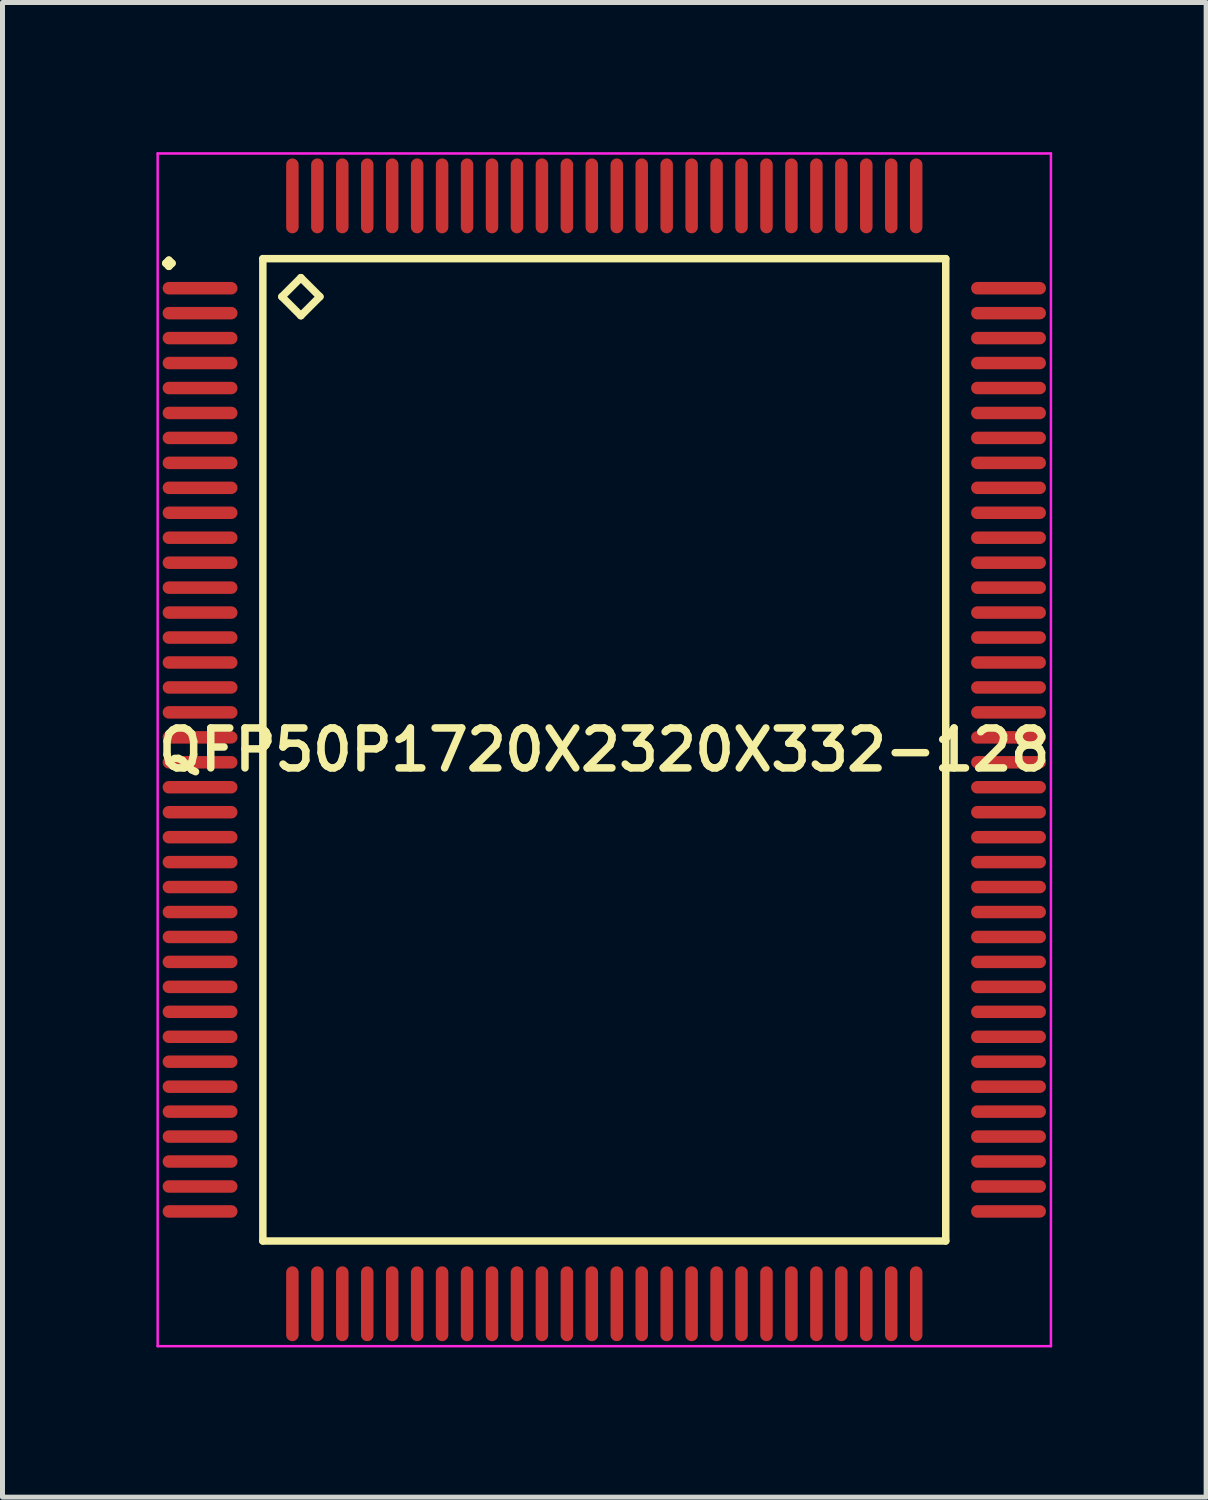
<source format=kicad_pcb>
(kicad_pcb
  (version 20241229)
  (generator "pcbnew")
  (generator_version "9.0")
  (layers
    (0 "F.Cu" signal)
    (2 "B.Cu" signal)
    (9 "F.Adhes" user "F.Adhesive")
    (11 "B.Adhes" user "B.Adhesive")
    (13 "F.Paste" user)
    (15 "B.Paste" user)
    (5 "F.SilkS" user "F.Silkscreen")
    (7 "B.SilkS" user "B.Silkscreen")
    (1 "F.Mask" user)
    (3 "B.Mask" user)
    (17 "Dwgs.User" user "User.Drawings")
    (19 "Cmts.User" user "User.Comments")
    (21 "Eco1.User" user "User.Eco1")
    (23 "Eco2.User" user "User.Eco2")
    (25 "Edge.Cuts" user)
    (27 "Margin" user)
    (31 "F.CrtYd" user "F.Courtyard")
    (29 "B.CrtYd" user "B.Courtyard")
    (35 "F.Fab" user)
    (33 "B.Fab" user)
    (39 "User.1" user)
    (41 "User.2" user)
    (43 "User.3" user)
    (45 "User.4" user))
  (footprint "QFP50P1720X2320X332-128"
    (layer "F.Cu")
    (at 9.059 11.975)
    (property "Reference" "QFP50P1720X2320X332-128" (at 0 0 0) (layer "F.SilkS") (effects (font (size 0.8 0.8) (thickness 0.15))))
    (attr smd)
    (fp_line (start -8.787 -9.75) (end -8.725 -9.812) (stroke (width 0.15) (type solid)) (layer "F.SilkS"))
    (fp_line (start -8.725 -9.812) (end -8.662 -9.75) (stroke (width 0.15) (type solid)) (layer "F.SilkS"))
    (fp_line (start -8.725 -9.688) (end -8.787 -9.75) (stroke (width 0.15) (type solid)) (layer "F.SilkS"))
    (fp_line (start -8.662 -9.75) (end -8.725 -9.688) (stroke (width 0.15) (type solid)) (layer "F.SilkS"))
    (fp_line (start -6.842 -9.842) (end -6.842 9.842) (stroke (width 0.15) (type solid)) (layer "F.SilkS"))
    (fp_line (start -6.842 9.842) (end 6.842 9.842) (stroke (width 0.15) (type solid)) (layer "F.SilkS"))
    (fp_line (start -6.461 -9.08) (end -6.08 -9.461) (stroke (width 0.15) (type solid)) (layer "F.SilkS"))
    (fp_line (start -6.08 -9.461) (end -5.699 -9.08) (stroke (width 0.15) (type solid)) (layer "F.SilkS"))
    (fp_line (start -6.08 -8.699) (end -6.461 -9.08) (stroke (width 0.15) (type solid)) (layer "F.SilkS"))
    (fp_line (start -5.699 -9.08) (end -6.08 -8.699) (stroke (width 0.15) (type solid)) (layer "F.SilkS"))
    (fp_line (start 6.842 -9.842) (end -6.842 -9.842) (stroke (width 0.15) (type solid)) (layer "F.SilkS"))
    (fp_line (start 6.842 9.842) (end 6.842 -9.842) (stroke (width 0.15) (type solid)) (layer "F.SilkS"))
    (fp_line (start -8.95 -11.95) (end 8.95 -11.95) (stroke (width 0.05) (type solid)) (layer "F.CrtYd"))
    (fp_line (start -8.95 11.95) (end -8.95 -11.95) (stroke (width 0.05) (type solid)) (layer "F.CrtYd"))
    (fp_line (start 8.95 -11.95) (end 8.95 11.95) (stroke (width 0.05) (type solid)) (layer "F.CrtYd"))
    (fp_line (start 8.95 11.95) (end -8.95 11.95) (stroke (width 0.05) (type solid)) (layer "F.CrtYd"))
    (pad "1" smd oval (at -8.1 -9.25) (size 1.5 0.25) (layers "F.Cu" "F.Mask" "F.Paste"))
    (pad "2" smd oval (at -8.1 -8.75) (size 1.5 0.25) (layers "F.Cu" "F.Mask" "F.Paste"))
    (pad "3" smd oval (at -8.1 -8.25) (size 1.5 0.25) (layers "F.Cu" "F.Mask" "F.Paste"))
    (pad "4" smd oval (at -8.1 -7.75) (size 1.5 0.25) (layers "F.Cu" "F.Mask" "F.Paste"))
    (pad "5" smd oval (at -8.1 -7.25) (size 1.5 0.25) (layers "F.Cu" "F.Mask" "F.Paste"))
    (pad "6" smd oval (at -8.1 -6.75) (size 1.5 0.25) (layers "F.Cu" "F.Mask" "F.Paste"))
    (pad "7" smd oval (at -8.1 -6.25) (size 1.5 0.25) (layers "F.Cu" "F.Mask" "F.Paste"))
    (pad "8" smd oval (at -8.1 -5.75) (size 1.5 0.25) (layers "F.Cu" "F.Mask" "F.Paste"))
    (pad "9" smd oval (at -8.1 -5.25) (size 1.5 0.25) (layers "F.Cu" "F.Mask" "F.Paste"))
    (pad "10" smd oval (at -8.1 -4.75) (size 1.5 0.25) (layers "F.Cu" "F.Mask" "F.Paste"))
    (pad "11" smd oval (at -8.1 -4.25) (size 1.5 0.25) (layers "F.Cu" "F.Mask" "F.Paste"))
    (pad "12" smd oval (at -8.1 -3.75) (size 1.5 0.25) (layers "F.Cu" "F.Mask" "F.Paste"))
    (pad "13" smd oval (at -8.1 -3.25) (size 1.5 0.25) (layers "F.Cu" "F.Mask" "F.Paste"))
    (pad "14" smd oval (at -8.1 -2.75) (size 1.5 0.25) (layers "F.Cu" "F.Mask" "F.Paste"))
    (pad "15" smd oval (at -8.1 -2.25) (size 1.5 0.25) (layers "F.Cu" "F.Mask" "F.Paste"))
    (pad "16" smd oval (at -8.1 -1.75) (size 1.5 0.25) (layers "F.Cu" "F.Mask" "F.Paste"))
    (pad "17" smd oval (at -8.1 -1.25) (size 1.5 0.25) (layers "F.Cu" "F.Mask" "F.Paste"))
    (pad "18" smd oval (at -8.1 -0.75) (size 1.5 0.25) (layers "F.Cu" "F.Mask" "F.Paste"))
    (pad "19" smd oval (at -8.1 -0.25) (size 1.5 0.25) (layers "F.Cu" "F.Mask" "F.Paste"))
    (pad "20" smd oval (at -8.1 0.25) (size 1.5 0.25) (layers "F.Cu" "F.Mask" "F.Paste"))
    (pad "21" smd oval (at -8.1 0.75) (size 1.5 0.25) (layers "F.Cu" "F.Mask" "F.Paste"))
    (pad "22" smd oval (at -8.1 1.25) (size 1.5 0.25) (layers "F.Cu" "F.Mask" "F.Paste"))
    (pad "23" smd oval (at -8.1 1.75) (size 1.5 0.25) (layers "F.Cu" "F.Mask" "F.Paste"))
    (pad "24" smd oval (at -8.1 2.25) (size 1.5 0.25) (layers "F.Cu" "F.Mask" "F.Paste"))
    (pad "25" smd oval (at -8.1 2.75) (size 1.5 0.25) (layers "F.Cu" "F.Mask" "F.Paste"))
    (pad "26" smd oval (at -8.1 3.25) (size 1.5 0.25) (layers "F.Cu" "F.Mask" "F.Paste"))
    (pad "27" smd oval (at -8.1 3.75) (size 1.5 0.25) (layers "F.Cu" "F.Mask" "F.Paste"))
    (pad "28" smd oval (at -8.1 4.25) (size 1.5 0.25) (layers "F.Cu" "F.Mask" "F.Paste"))
    (pad "29" smd oval (at -8.1 4.75) (size 1.5 0.25) (layers "F.Cu" "F.Mask" "F.Paste"))
    (pad "30" smd oval (at -8.1 5.25) (size 1.5 0.25) (layers "F.Cu" "F.Mask" "F.Paste"))
    (pad "31" smd oval (at -8.1 5.75) (size 1.5 0.25) (layers "F.Cu" "F.Mask" "F.Paste"))
    (pad "32" smd oval (at -8.1 6.25) (size 1.5 0.25) (layers "F.Cu" "F.Mask" "F.Paste"))
    (pad "33" smd oval (at -8.1 6.75) (size 1.5 0.25) (layers "F.Cu" "F.Mask" "F.Paste"))
    (pad "34" smd oval (at -8.1 7.25) (size 1.5 0.25) (layers "F.Cu" "F.Mask" "F.Paste"))
    (pad "35" smd oval (at -8.1 7.75) (size 1.5 0.25) (layers "F.Cu" "F.Mask" "F.Paste"))
    (pad "36" smd oval (at -8.1 8.25) (size 1.5 0.25) (layers "F.Cu" "F.Mask" "F.Paste"))
    (pad "37" smd oval (at -8.1 8.75) (size 1.5 0.25) (layers "F.Cu" "F.Mask" "F.Paste"))
    (pad "38" smd oval (at -8.1 9.25) (size 1.5 0.25) (layers "F.Cu" "F.Mask" "F.Paste"))
    (pad "39" smd oval (at -6.25 11.1) (size 0.25 1.5) (layers "F.Cu" "F.Mask" "F.Paste"))
    (pad "40" smd oval (at -5.75 11.1) (size 0.25 1.5) (layers "F.Cu" "F.Mask" "F.Paste"))
    (pad "41" smd oval (at -5.25 11.1) (size 0.25 1.5) (layers "F.Cu" "F.Mask" "F.Paste"))
    (pad "42" smd oval (at -4.75 11.1) (size 0.25 1.5) (layers "F.Cu" "F.Mask" "F.Paste"))
    (pad "43" smd oval (at -4.25 11.1) (size 0.25 1.5) (layers "F.Cu" "F.Mask" "F.Paste"))
    (pad "44" smd oval (at -3.75 11.1) (size 0.25 1.5) (layers "F.Cu" "F.Mask" "F.Paste"))
    (pad "45" smd oval (at -3.25 11.1) (size 0.25 1.5) (layers "F.Cu" "F.Mask" "F.Paste"))
    (pad "46" smd oval (at -2.75 11.1) (size 0.25 1.5) (layers "F.Cu" "F.Mask" "F.Paste"))
    (pad "47" smd oval (at -2.25 11.1) (size 0.25 1.5) (layers "F.Cu" "F.Mask" "F.Paste"))
    (pad "48" smd oval (at -1.75 11.1) (size 0.25 1.5) (layers "F.Cu" "F.Mask" "F.Paste"))
    (pad "49" smd oval (at -1.25 11.1) (size 0.25 1.5) (layers "F.Cu" "F.Mask" "F.Paste"))
    (pad "50" smd oval (at -0.75 11.1) (size 0.25 1.5) (layers "F.Cu" "F.Mask" "F.Paste"))
    (pad "51" smd oval (at -0.25 11.1) (size 0.25 1.5) (layers "F.Cu" "F.Mask" "F.Paste"))
    (pad "52" smd oval (at 0.25 11.1) (size 0.25 1.5) (layers "F.Cu" "F.Mask" "F.Paste"))
    (pad "53" smd oval (at 0.75 11.1) (size 0.25 1.5) (layers "F.Cu" "F.Mask" "F.Paste"))
    (pad "54" smd oval (at 1.25 11.1) (size 0.25 1.5) (layers "F.Cu" "F.Mask" "F.Paste"))
    (pad "55" smd oval (at 1.75 11.1) (size 0.25 1.5) (layers "F.Cu" "F.Mask" "F.Paste"))
    (pad "56" smd oval (at 2.25 11.1) (size 0.25 1.5) (layers "F.Cu" "F.Mask" "F.Paste"))
    (pad "57" smd oval (at 2.75 11.1) (size 0.25 1.5) (layers "F.Cu" "F.Mask" "F.Paste"))
    (pad "58" smd oval (at 3.25 11.1) (size 0.25 1.5) (layers "F.Cu" "F.Mask" "F.Paste"))
    (pad "59" smd oval (at 3.75 11.1) (size 0.25 1.5) (layers "F.Cu" "F.Mask" "F.Paste"))
    (pad "60" smd oval (at 4.25 11.1) (size 0.25 1.5) (layers "F.Cu" "F.Mask" "F.Paste"))
    (pad "61" smd oval (at 4.75 11.1) (size 0.25 1.5) (layers "F.Cu" "F.Mask" "F.Paste"))
    (pad "62" smd oval (at 5.25 11.1) (size 0.25 1.5) (layers "F.Cu" "F.Mask" "F.Paste"))
    (pad "63" smd oval (at 5.75 11.1) (size 0.25 1.5) (layers "F.Cu" "F.Mask" "F.Paste"))
    (pad "64" smd oval (at 6.25 11.1) (size 0.25 1.5) (layers "F.Cu" "F.Mask" "F.Paste"))
    (pad "65" smd oval (at 8.1 9.25) (size 1.5 0.25) (layers "F.Cu" "F.Mask" "F.Paste"))
    (pad "66" smd oval (at 8.1 8.75) (size 1.5 0.25) (layers "F.Cu" "F.Mask" "F.Paste"))
    (pad "67" smd oval (at 8.1 8.25) (size 1.5 0.25) (layers "F.Cu" "F.Mask" "F.Paste"))
    (pad "68" smd oval (at 8.1 7.75) (size 1.5 0.25) (layers "F.Cu" "F.Mask" "F.Paste"))
    (pad "69" smd oval (at 8.1 7.25) (size 1.5 0.25) (layers "F.Cu" "F.Mask" "F.Paste"))
    (pad "70" smd oval (at 8.1 6.75) (size 1.5 0.25) (layers "F.Cu" "F.Mask" "F.Paste"))
    (pad "71" smd oval (at 8.1 6.25) (size 1.5 0.25) (layers "F.Cu" "F.Mask" "F.Paste"))
    (pad "72" smd oval (at 8.1 5.75) (size 1.5 0.25) (layers "F.Cu" "F.Mask" "F.Paste"))
    (pad "73" smd oval (at 8.1 5.25) (size 1.5 0.25) (layers "F.Cu" "F.Mask" "F.Paste"))
    (pad "74" smd oval (at 8.1 4.75) (size 1.5 0.25) (layers "F.Cu" "F.Mask" "F.Paste"))
    (pad "75" smd oval (at 8.1 4.25) (size 1.5 0.25) (layers "F.Cu" "F.Mask" "F.Paste"))
    (pad "76" smd oval (at 8.1 3.75) (size 1.5 0.25) (layers "F.Cu" "F.Mask" "F.Paste"))
    (pad "77" smd oval (at 8.1 3.25) (size 1.5 0.25) (layers "F.Cu" "F.Mask" "F.Paste"))
    (pad "78" smd oval (at 8.1 2.75) (size 1.5 0.25) (layers "F.Cu" "F.Mask" "F.Paste"))
    (pad "79" smd oval (at 8.1 2.25) (size 1.5 0.25) (layers "F.Cu" "F.Mask" "F.Paste"))
    (pad "80" smd oval (at 8.1 1.75) (size 1.5 0.25) (layers "F.Cu" "F.Mask" "F.Paste"))
    (pad "81" smd oval (at 8.1 1.25) (size 1.5 0.25) (layers "F.Cu" "F.Mask" "F.Paste"))
    (pad "82" smd oval (at 8.1 0.75) (size 1.5 0.25) (layers "F.Cu" "F.Mask" "F.Paste"))
    (pad "83" smd oval (at 8.1 0.25) (size 1.5 0.25) (layers "F.Cu" "F.Mask" "F.Paste"))
    (pad "84" smd oval (at 8.1 -0.25) (size 1.5 0.25) (layers "F.Cu" "F.Mask" "F.Paste"))
    (pad "85" smd oval (at 8.1 -0.75) (size 1.5 0.25) (layers "F.Cu" "F.Mask" "F.Paste"))
    (pad "86" smd oval (at 8.1 -1.25) (size 1.5 0.25) (layers "F.Cu" "F.Mask" "F.Paste"))
    (pad "87" smd oval (at 8.1 -1.75) (size 1.5 0.25) (layers "F.Cu" "F.Mask" "F.Paste"))
    (pad "88" smd oval (at 8.1 -2.25) (size 1.5 0.25) (layers "F.Cu" "F.Mask" "F.Paste"))
    (pad "89" smd oval (at 8.1 -2.75) (size 1.5 0.25) (layers "F.Cu" "F.Mask" "F.Paste"))
    (pad "90" smd oval (at 8.1 -3.25) (size 1.5 0.25) (layers "F.Cu" "F.Mask" "F.Paste"))
    (pad "91" smd oval (at 8.1 -3.75) (size 1.5 0.25) (layers "F.Cu" "F.Mask" "F.Paste"))
    (pad "92" smd oval (at 8.1 -4.25) (size 1.5 0.25) (layers "F.Cu" "F.Mask" "F.Paste"))
    (pad "93" smd oval (at 8.1 -4.75) (size 1.5 0.25) (layers "F.Cu" "F.Mask" "F.Paste"))
    (pad "94" smd oval (at 8.1 -5.25) (size 1.5 0.25) (layers "F.Cu" "F.Mask" "F.Paste"))
    (pad "95" smd oval (at 8.1 -5.75) (size 1.5 0.25) (layers "F.Cu" "F.Mask" "F.Paste"))
    (pad "96" smd oval (at 8.1 -6.25) (size 1.5 0.25) (layers "F.Cu" "F.Mask" "F.Paste"))
    (pad "97" smd oval (at 8.1 -6.75) (size 1.5 0.25) (layers "F.Cu" "F.Mask" "F.Paste"))
    (pad "98" smd oval (at 8.1 -7.25) (size 1.5 0.25) (layers "F.Cu" "F.Mask" "F.Paste"))
    (pad "99" smd oval (at 8.1 -7.75) (size 1.5 0.25) (layers "F.Cu" "F.Mask" "F.Paste"))
    (pad "100" smd oval (at 8.1 -8.25) (size 1.5 0.25) (layers "F.Cu" "F.Mask" "F.Paste"))
    (pad "101" smd oval (at 8.1 -8.75) (size 1.5 0.25) (layers "F.Cu" "F.Mask" "F.Paste"))
    (pad "102" smd oval (at 8.1 -9.25) (size 1.5 0.25) (layers "F.Cu" "F.Mask" "F.Paste"))
    (pad "103" smd oval (at 6.25 -11.1) (size 0.25 1.5) (layers "F.Cu" "F.Mask" "F.Paste"))
    (pad "104" smd oval (at 5.75 -11.1) (size 0.25 1.5) (layers "F.Cu" "F.Mask" "F.Paste"))
    (pad "105" smd oval (at 5.25 -11.1) (size 0.25 1.5) (layers "F.Cu" "F.Mask" "F.Paste"))
    (pad "106" smd oval (at 4.75 -11.1) (size 0.25 1.5) (layers "F.Cu" "F.Mask" "F.Paste"))
    (pad "107" smd oval (at 4.25 -11.1) (size 0.25 1.5) (layers "F.Cu" "F.Mask" "F.Paste"))
    (pad "108" smd oval (at 3.75 -11.1) (size 0.25 1.5) (layers "F.Cu" "F.Mask" "F.Paste"))
    (pad "109" smd oval (at 3.25 -11.1) (size 0.25 1.5) (layers "F.Cu" "F.Mask" "F.Paste"))
    (pad "110" smd oval (at 2.75 -11.1) (size 0.25 1.5) (layers "F.Cu" "F.Mask" "F.Paste"))
    (pad "111" smd oval (at 2.25 -11.1) (size 0.25 1.5) (layers "F.Cu" "F.Mask" "F.Paste"))
    (pad "112" smd oval (at 1.75 -11.1) (size 0.25 1.5) (layers "F.Cu" "F.Mask" "F.Paste"))
    (pad "113" smd oval (at 1.25 -11.1) (size 0.25 1.5) (layers "F.Cu" "F.Mask" "F.Paste"))
    (pad "114" smd oval (at 0.75 -11.1) (size 0.25 1.5) (layers "F.Cu" "F.Mask" "F.Paste"))
    (pad "115" smd oval (at 0.25 -11.1) (size 0.25 1.5) (layers "F.Cu" "F.Mask" "F.Paste"))
    (pad "116" smd oval (at -0.25 -11.1) (size 0.25 1.5) (layers "F.Cu" "F.Mask" "F.Paste"))
    (pad "117" smd oval (at -0.75 -11.1) (size 0.25 1.5) (layers "F.Cu" "F.Mask" "F.Paste"))
    (pad "118" smd oval (at -1.25 -11.1) (size 0.25 1.5) (layers "F.Cu" "F.Mask" "F.Paste"))
    (pad "119" smd oval (at -1.75 -11.1) (size 0.25 1.5) (layers "F.Cu" "F.Mask" "F.Paste"))
    (pad "120" smd oval (at -2.25 -11.1) (size 0.25 1.5) (layers "F.Cu" "F.Mask" "F.Paste"))
    (pad "121" smd oval (at -2.75 -11.1) (size 0.25 1.5) (layers "F.Cu" "F.Mask" "F.Paste"))
    (pad "122" smd oval (at -3.25 -11.1) (size 0.25 1.5) (layers "F.Cu" "F.Mask" "F.Paste"))
    (pad "123" smd oval (at -3.75 -11.1) (size 0.25 1.5) (layers "F.Cu" "F.Mask" "F.Paste"))
    (pad "124" smd oval (at -4.25 -11.1) (size 0.25 1.5) (layers "F.Cu" "F.Mask" "F.Paste"))
    (pad "125" smd oval (at -4.75 -11.1) (size 0.25 1.5) (layers "F.Cu" "F.Mask" "F.Paste"))
    (pad "126" smd oval (at -5.25 -11.1) (size 0.25 1.5) (layers "F.Cu" "F.Mask" "F.Paste"))
    (pad "127" smd oval (at -5.75 -11.1) (size 0.25 1.5) (layers "F.Cu" "F.Mask" "F.Paste"))
    (pad "128" smd oval (at -6.25 -11.1) (size 0.25 1.5) (layers "F.Cu" "F.Mask" "F.Paste")))
  (gr_rect
    (start -3 -3)
    (end 21.119 26.95)
    (stroke (width 0.1) (type default))
    (fill no)
    (layer "Edge.Cuts")))
</source>
